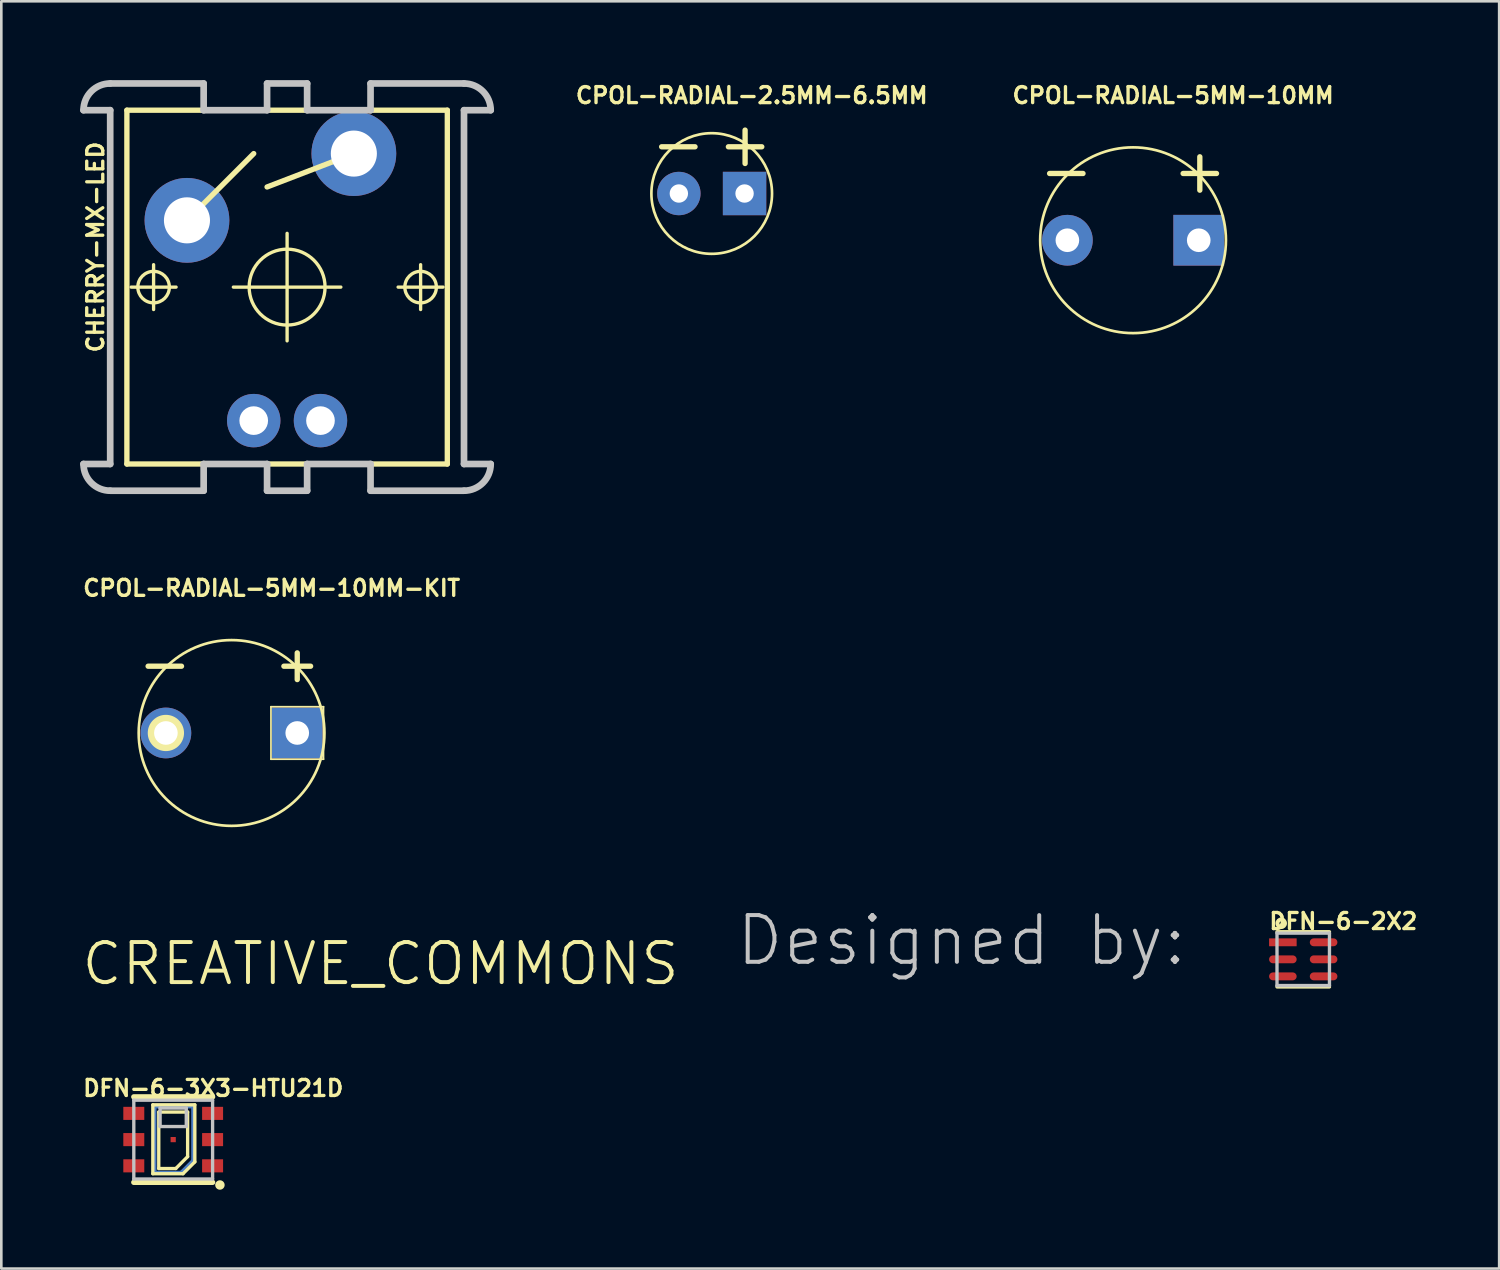
<source format=kicad_pcb>
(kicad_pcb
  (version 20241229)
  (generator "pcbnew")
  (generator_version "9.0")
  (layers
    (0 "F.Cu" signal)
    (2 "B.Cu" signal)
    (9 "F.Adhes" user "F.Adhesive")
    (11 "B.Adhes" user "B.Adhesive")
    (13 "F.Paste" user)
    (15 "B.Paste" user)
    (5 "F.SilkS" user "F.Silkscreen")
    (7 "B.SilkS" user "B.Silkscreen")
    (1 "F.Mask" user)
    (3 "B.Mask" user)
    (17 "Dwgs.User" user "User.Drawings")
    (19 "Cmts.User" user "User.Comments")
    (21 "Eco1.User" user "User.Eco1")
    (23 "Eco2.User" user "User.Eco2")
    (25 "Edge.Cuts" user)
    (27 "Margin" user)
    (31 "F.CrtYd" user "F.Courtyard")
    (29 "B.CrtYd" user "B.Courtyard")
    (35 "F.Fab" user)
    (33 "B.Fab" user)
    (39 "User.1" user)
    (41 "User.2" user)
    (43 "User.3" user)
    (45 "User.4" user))
  (footprint "CPOL-RADIAL-2.5MM-6.5MM"
    (layer "F.Cu")
    (at 24.03 4.313)
    (property "Reference" "CPOL-RADIAL-2.5MM-6.5MM" (at 1.524 -3.734 0) (layer "F.SilkS") (effects (font (size 0.61 0.61) (thickness 0.127))))
    (attr exclude_from_pos_files exclude_from_bom)
    (fp_line (start -0.635 -1.778) (end -1.905 -1.778) (stroke (width 0.203) (type solid)) (layer "F.SilkS"))
    (fp_line (start 1.27 -2.413) (end 1.27 -1.143) (stroke (width 0.203) (type solid)) (layer "F.SilkS"))
    (fp_line (start 1.905 -1.778) (end 0.635 -1.778) (stroke (width 0.203) (type solid)) (layer "F.SilkS"))
    (fp_circle (center 0 0) (end -1.623 1.623) (stroke (width 0.102) (type solid)) (fill no) (layer "F.SilkS"))
    (pad "1" thru_hole rect (at 1.25 0) (size 1.651 1.651) (drill 0.699) (layers "*.Cu" "*.Paste" "*.Mask"))
    (pad "2" thru_hole circle (at -1.25 0) (size 1.651 1.651) (drill 0.699) (layers "*.Cu" "*.Paste" "*.Mask")))
  (footprint "CHERRY-MX-LED"
    (layer "F.Cu")
    (at 7.874 7.874)
    (property "Reference" "CHERRY-MX-LED" (at -7.29 -1.524 90) (layer "F.SilkS") (effects (font (size 0.61 0.61) (thickness 0.127))))
    (attr exclude_from_pos_files exclude_from_bom)
    (fp_line (start -6.096 -6.731) (end 6.096 -6.731) (stroke (width 0.203) (type solid)) (layer "F.SilkS"))
    (fp_line (start -6.096 6.731) (end -6.096 -6.731) (stroke (width 0.203) (type solid)) (layer "F.SilkS"))
    (fp_line (start -5.933 0) (end -4.224 0) (stroke (width 0.127) (type solid)) (layer "F.SilkS"))
    (fp_line (start -5.08 0.853) (end -5.08 -0.853) (stroke (width 0.127) (type solid)) (layer "F.SilkS"))
    (fp_line (start -3.81 -2.54) (end -1.27 -5.08) (stroke (width 0.203) (type solid)) (layer "F.SilkS"))
    (fp_line (start -2.045 0) (end 2.045 0) (stroke (width 0.127) (type solid)) (layer "F.SilkS"))
    (fp_line (start 0 2.045) (end 0 -2.045) (stroke (width 0.127) (type solid)) (layer "F.SilkS"))
    (fp_line (start 2.54 -5.08) (end -0.762 -3.81) (stroke (width 0.203) (type solid)) (layer "F.SilkS"))
    (fp_line (start 4.224 0) (end 5.933 0) (stroke (width 0.127) (type solid)) (layer "F.SilkS"))
    (fp_line (start 5.08 0.853) (end 5.08 -0.853) (stroke (width 0.127) (type solid)) (layer "F.SilkS"))
    (fp_line (start 6.096 -6.731) (end 6.096 6.731) (stroke (width 0.203) (type solid)) (layer "F.SilkS"))
    (fp_line (start 6.096 6.731) (end -6.096 6.731) (stroke (width 0.203) (type solid)) (layer "F.SilkS"))
    (fp_circle (center -5.08 0) (end -5.504 0.424) (stroke (width 0.127) (type solid)) (fill no) (layer "F.SilkS"))
    (fp_circle (center 0 0) (end -1.021 1.021) (stroke (width 0.127) (type solid)) (fill no) (layer "F.SilkS"))
    (fp_circle (center 5.08 0) (end 5.504 0.424) (stroke (width 0.127) (type solid)) (fill no) (layer "F.SilkS"))
    (fp_line (start -6.731 -7.747) (end -3.175 -7.747) (stroke (width 0.254) (type solid)) (layer "Dwgs.User"))
    (fp_line (start -6.731 -6.731) (end -7.747 -6.731) (stroke (width 0.254) (type solid)) (layer "Dwgs.User"))
    (fp_line (start -6.731 6.731) (end -7.747 6.731) (stroke (width 0.254) (type solid)) (layer "Dwgs.User"))
    (fp_line (start -6.731 6.731) (end -6.731 -6.731) (stroke (width 0.254) (type solid)) (layer "Dwgs.User"))
    (fp_line (start -6.731 7.747) (end -3.175 7.747) (stroke (width 0.254) (type solid)) (layer "Dwgs.User"))
    (fp_line (start -3.175 -7.747) (end -3.175 -6.731) (stroke (width 0.254) (type solid)) (layer "Dwgs.User"))
    (fp_line (start -3.175 -6.731) (end -0.762 -6.731) (stroke (width 0.254) (type solid)) (layer "Dwgs.User"))
    (fp_line (start -3.175 7.747) (end -3.175 6.731) (stroke (width 0.254) (type solid)) (layer "Dwgs.User"))
    (fp_line (start -0.762 -7.747) (end 0.762 -7.747) (stroke (width 0.254) (type solid)) (layer "Dwgs.User"))
    (fp_line (start -0.762 -6.731) (end -0.762 -7.747) (stroke (width 0.254) (type solid)) (layer "Dwgs.User"))
    (fp_line (start -0.762 6.731) (end -3.175 6.731) (stroke (width 0.254) (type solid)) (layer "Dwgs.User"))
    (fp_line (start -0.762 7.747) (end -0.762 6.731) (stroke (width 0.254) (type solid)) (layer "Dwgs.User"))
    (fp_line (start 0.762 -7.747) (end 0.762 -6.731) (stroke (width 0.254) (type solid)) (layer "Dwgs.User"))
    (fp_line (start 0.762 -6.731) (end 3.175 -6.731) (stroke (width 0.254) (type solid)) (layer "Dwgs.User"))
    (fp_line (start 0.762 6.731) (end 0.762 7.747) (stroke (width 0.254) (type solid)) (layer "Dwgs.User"))
    (fp_line (start 0.762 7.747) (end -0.762 7.747) (stroke (width 0.254) (type solid)) (layer "Dwgs.User"))
    (fp_line (start 3.175 -7.747) (end 3.175 -6.731) (stroke (width 0.254) (type solid)) (layer "Dwgs.User"))
    (fp_line (start 3.175 6.731) (end 0.762 6.731) (stroke (width 0.254) (type solid)) (layer "Dwgs.User"))
    (fp_line (start 3.175 7.747) (end 3.175 6.731) (stroke (width 0.254) (type solid)) (layer "Dwgs.User"))
    (fp_line (start 6.731 -7.747) (end 3.175 -7.747) (stroke (width 0.254) (type solid)) (layer "Dwgs.User"))
    (fp_line (start 6.731 -6.731) (end 6.731 6.731) (stroke (width 0.254) (type solid)) (layer "Dwgs.User"))
    (fp_line (start 6.731 -6.731) (end 7.747 -6.731) (stroke (width 0.254) (type solid)) (layer "Dwgs.User"))
    (fp_line (start 6.731 6.731) (end 7.747 6.731) (stroke (width 0.254) (type solid)) (layer "Dwgs.User"))
    (fp_line (start 6.731 7.747) (end 3.175 7.747) (stroke (width 0.254) (type solid)) (layer "Dwgs.User"))
    (fp_arc (start -7.747 -6.731) (mid -7.44942 -7.44942) (end -6.731 -7.747) (stroke (width 0.254) (type solid)) (layer "Dwgs.User"))
    (fp_arc (start -6.731 7.747) (mid -7.44942 7.44942) (end -7.747 6.731) (stroke (width 0.254) (type solid)) (layer "Dwgs.User"))
    (fp_arc (start 6.731 -7.747) (mid 7.44942 -7.44942) (end 7.747 -6.731) (stroke (width 0.254) (type solid)) (layer "Dwgs.User"))
    (fp_arc (start 7.747 6.731) (mid 7.44942 7.44942) (end 6.731 7.747) (stroke (width 0.254) (type solid)) (layer "Dwgs.User"))
    (pad "A" thru_hole circle (at -1.27 5.08) (size 2.032 2.032) (drill 1.09) (layers "*.Cu" "*.Paste" "*.Mask"))
    (pad "K" thru_hole circle (at 1.27 5.08) (size 2.032 2.032) (drill 1.09) (layers "*.Cu" "*.Paste" "*.Mask"))
    (pad "S1" thru_hole circle (at -3.81 -2.54) (size 3.226 3.226) (drill 1.753) (layers "*.Cu" "*.Paste" "*.Mask"))
    (pad "S2" thru_hole circle (at 2.54 -5.08) (size 3.226 3.226) (drill 1.753) (layers "*.Cu" "*.Paste" "*.Mask")))
  (footprint "CPOL-RADIAL-5MM-10MM-KIT"
    (layer "F.Cu")
    (at 5.761 24.839)
    (property "Reference" "CPOL-RADIAL-5MM-10MM-KIT" (at 1.524 -5.512 0) (layer "F.SilkS") (effects (font (size 0.61 0.61) (thickness 0.127))))
    (attr exclude_from_pos_files exclude_from_bom)
    (fp_line (start -1.905 -2.54) (end -3.175 -2.54) (stroke (width 0.203) (type solid)) (layer "F.SilkS"))
    (fp_line (start 1.499 -0.998) (end 3.498 -0.998) (stroke (width 0.066) (type solid)) (layer "F.SilkS"))
    (fp_line (start 1.499 0.998) (end 1.499 -0.998) (stroke (width 0.066) (type solid)) (layer "F.SilkS"))
    (fp_line (start 1.499 0.998) (end 3.498 0.998) (stroke (width 0.066) (type solid)) (layer "F.SilkS"))
    (fp_line (start 2.499 -3.048) (end 2.499 -2.032) (stroke (width 0.203) (type solid)) (layer "F.SilkS"))
    (fp_line (start 3.007 -2.54) (end 1.991 -2.54) (stroke (width 0.203) (type solid)) (layer "F.SilkS"))
    (fp_line (start 3.498 0.998) (end 3.498 -0.998) (stroke (width 0.066) (type solid)) (layer "F.SilkS"))
    (fp_circle (center -2.499 0) (end -2.987 0.488) (stroke (width 0) (type solid)) (fill yes) (layer "F.SilkS"))
    (fp_circle (center -2.499 0) (end -2.72 0.221) (stroke (width 0) (type solid)) (fill yes) (layer "F.SilkS"))
    (fp_circle (center 0 0) (end -2.499 2.499) (stroke (width 0.102) (type solid)) (fill no) (layer "F.SilkS"))
    (fp_circle (center 2.499 0) (end 2.723 0.224) (stroke (width 0) (type solid)) (fill yes) (layer "F.SilkS"))
    (pad "+" thru_hole rect (at 2.499 0) (size 1.93 1.93) (drill 0.899) (layers "*.Cu" "*.Paste" "*.Mask"))
    (pad "-" thru_hole circle (at -2.499 0) (size 1.93 1.93) (drill 0.899) (layers "*.Cu" "*.Paste" "*.Mask")))
  (footprint "CPOL-RADIAL-5MM-10MM"
    (layer "F.Cu")
    (at 40.062 6.091)
    (property "Reference" "CPOL-RADIAL-5MM-10MM" (at 1.524 -5.512 0) (layer "F.SilkS") (effects (font (size 0.61 0.61) (thickness 0.127))))
    (attr exclude_from_pos_files exclude_from_bom)
    (fp_line (start -1.905 -2.54) (end -3.175 -2.54) (stroke (width 0.203) (type solid)) (layer "F.SilkS"))
    (fp_line (start 2.54 -3.175) (end 2.54 -1.905) (stroke (width 0.203) (type solid)) (layer "F.SilkS"))
    (fp_line (start 3.175 -2.54) (end 1.905 -2.54) (stroke (width 0.203) (type solid)) (layer "F.SilkS"))
    (fp_circle (center 0 0) (end -2.499 2.499) (stroke (width 0.102) (type solid)) (fill no) (layer "F.SilkS"))
    (pad "+" thru_hole rect (at 2.499 0) (size 1.93 1.93) (drill 0.899) (layers "*.Cu" "*.Paste" "*.Mask"))
    (pad "-" thru_hole circle (at -2.499 0) (size 1.93 1.93) (drill 0.899) (layers "*.Cu" "*.Paste" "*.Mask")))
  (footprint "CREATIVE_COMMONS"
    (layer "F.Cu")
    (at 11.43 33.621)
    (property "Reference" "CREATIVE_COMMONS" (at 0 0 0) (layer "F.SilkS") (effects (font (size 1.524 1.524) (thickness 0.15))))
    (attr exclude_from_pos_files exclude_from_bom)
    (fp_text user "Designed by:" (at 22.098 -0.889 0) (layer "Dwgs.User") (effects (font (size 1.778 1.778) (thickness 0.152)))))
  (footprint "DFN-6-2X2"
    (layer "F.Cu")
    (at 46.537 33.452)
    (property "Reference" "DFN-6-2X2" (at 1.524 -1.448 0) (layer "F.SilkS") (effects (font (size 0.61 0.61) (thickness 0.127))))
    (attr smd)
    (fp_line (start -0.998 -1.049) (end 0.998 -1.049) (stroke (width 0.127) (type solid)) (layer "F.SilkS"))
    (fp_line (start -0.998 1.049) (end 0.998 1.049) (stroke (width 0.127) (type solid)) (layer "F.SilkS"))
    (fp_circle (center -0.838 -1.372) (end -0.886 -1.42) (stroke (width 0.152) (type solid)) (fill no) (layer "F.SilkS"))
    (fp_line (start -0.998 -0.998) (end -0.998 0.998) (stroke (width 0.127) (type solid)) (layer "Dwgs.User"))
    (fp_line (start -0.998 0.998) (end 0.998 0.998) (stroke (width 0.127) (type solid)) (layer "Dwgs.User"))
    (fp_line (start 0.998 -0.998) (end -0.998 -0.998) (stroke (width 0.127) (type solid)) (layer "Dwgs.User"))
    (fp_line (start 0.998 0.998) (end 0.998 -0.998) (stroke (width 0.127) (type solid)) (layer "Dwgs.User"))
    (pad "1" smd rect (at -0.775 -0.648 180) (size 1.049 0.3) (layers "F.Cu" "F.Mask" "F.Paste"))
    (pad "2" smd oval (at -0.775 0) (size 1.049 0.3) (layers "F.Cu" "F.Mask" "F.Paste"))
    (pad "3" smd oval (at -0.775 0.648) (size 1.049 0.3) (layers "F.Cu" "F.Mask" "F.Paste"))
    (pad "4" smd oval (at 0.775 0.648) (size 1.049 0.3) (layers "F.Cu" "F.Mask" "F.Paste"))
    (pad "5" smd oval (at 0.775 0) (size 1.049 0.3) (layers "F.Cu" "F.Mask" "F.Paste"))
    (pad "6" smd oval (at 0.775 -0.648) (size 1.049 0.3) (layers "F.Cu" "F.Mask" "F.Paste")))
  (footprint "DFN-6-3X3-HTU21D"
    (layer "F.Cu")
    (at 3.54 40.311)
    (property "Reference" "DFN-6-3X3-HTU21D" (at 1.524 -1.956 0) (layer "F.SilkS") (effects (font (size 0.61 0.61) (thickness 0.127))))
    (attr smd)
    (fp_line (start -0.699 -1.25) (end 0.749 -1.25) (stroke (width 0.127) (type solid)) (layer "B.Cu"))
    (fp_line (start -0.699 1.25) (end -0.699 -1.25) (stroke (width 0.127) (type solid)) (layer "B.Cu"))
    (fp_line (start 0.3 1.25) (end -0.699 1.25) (stroke (width 0.127) (type solid)) (layer "B.Cu"))
    (fp_line (start 0.749 -1.25) (end 0.749 0.798) (stroke (width 0.127) (type solid)) (layer "B.Cu"))
    (fp_line (start 0.749 0.798) (end 0.3 1.25) (stroke (width 0.127) (type solid)) (layer "B.Cu"))
    (fp_line (start -1.499 -1.626) (end 1.499 -1.626) (stroke (width 0.203) (type solid)) (layer "F.SilkS"))
    (fp_line (start -0.775 -1.323) (end -0.775 1.298) (stroke (width 0.127) (type solid)) (layer "F.SilkS"))
    (fp_line (start -0.775 1.298) (end 0.373 1.298) (stroke (width 0.127) (type solid)) (layer "F.SilkS"))
    (fp_line (start -0.549 -1.049) (end 0.549 -1.049) (stroke (width 0.127) (type solid)) (layer "F.SilkS"))
    (fp_line (start -0.549 1.1) (end -0.549 -1.049) (stroke (width 0.127) (type solid)) (layer "F.SilkS"))
    (fp_line (start 0.099 1.1) (end -0.549 1.1) (stroke (width 0.127) (type solid)) (layer "F.SilkS"))
    (fp_line (start 0.373 1.298) (end 0.823 0.848) (stroke (width 0.127) (type solid)) (layer "F.SilkS"))
    (fp_line (start 0.549 -1.049) (end 0.549 0.648) (stroke (width 0.127) (type solid)) (layer "F.SilkS"))
    (fp_line (start 0.549 0.648) (end 0.099 1.1) (stroke (width 0.127) (type solid)) (layer "F.SilkS"))
    (fp_line (start 0.823 -1.323) (end -0.775 -1.323) (stroke (width 0.127) (type solid)) (layer "F.SilkS"))
    (fp_line (start 0.823 0.848) (end 0.823 -1.323) (stroke (width 0.127) (type solid)) (layer "F.SilkS"))
    (fp_line (start 1.499 1.626) (end -1.499 1.626) (stroke (width 0.203) (type solid)) (layer "F.SilkS"))
    (fp_circle (center 1.778 1.727) (end 1.905 1.854) (stroke (width 0) (type solid)) (fill yes) (layer "F.SilkS"))
    (fp_line (start -1.499 -1.499) (end -1.499 1.499) (stroke (width 0.127) (type solid)) (layer "Dwgs.User"))
    (fp_line (start -0.498 -1.199) (end 0.498 -1.199) (stroke (width 0.127) (type solid)) (layer "Dwgs.User"))
    (fp_line (start -0.498 -0.498) (end -0.498 -1.199) (stroke (width 0.127) (type solid)) (layer "Dwgs.User"))
    (fp_line (start 0.498 -1.199) (end 0.498 -0.498) (stroke (width 0.127) (type solid)) (layer "Dwgs.User"))
    (fp_line (start 0.498 -0.498) (end -0.498 -0.498) (stroke (width 0.127) (type solid)) (layer "Dwgs.User"))
    (fp_line (start 1.499 -1.499) (end -1.499 -1.499) (stroke (width 0.127) (type solid)) (layer "Dwgs.User"))
    (fp_line (start 1.499 -1.499) (end 1.499 1.499) (stroke (width 0.127) (type solid)) (layer "Dwgs.User"))
    (fp_line (start 1.499 1.499) (end -1.499 1.499) (stroke (width 0.127) (type solid)) (layer "Dwgs.User"))
    (pad "7" smd rect (at 0 0) (size 0.198 0.198) (layers "F.Cu" "F.Mask" "F.Paste"))
    (pad "DATA" smd rect (at 1.499 0.998 270) (size 0.498 0.798) (layers "F.Cu" "F.Mask" "F.Paste"))
    (pad "GND" smd rect (at 1.499 0 270) (size 0.498 0.798) (layers "F.Cu" "F.Mask" "F.Paste"))
    (pad "NC@1" smd rect (at -1.499 -0.998 270) (size 0.498 0.798) (layers "F.Cu" "F.Mask" "F.Paste"))
    (pad "NC@6" smd rect (at 1.499 -0.998 270) (size 0.498 0.798) (layers "F.Cu" "F.Mask" "F.Paste"))
    (pad "SCK" smd rect (at -1.499 0.998 270) (size 0.498 0.798) (layers "F.Cu" "F.Mask" "F.Paste"))
    (pad "VDD" smd rect (at -1.499 0 270) (size 0.498 0.798) (layers "F.Cu" "F.Mask" "F.Paste")))
  (gr_rect
    (start -3 -3)
    (end 53.992 45.218)
    (stroke (width 0.1) (type default))
    (fill no)
    (layer "Edge.Cuts")))
</source>
